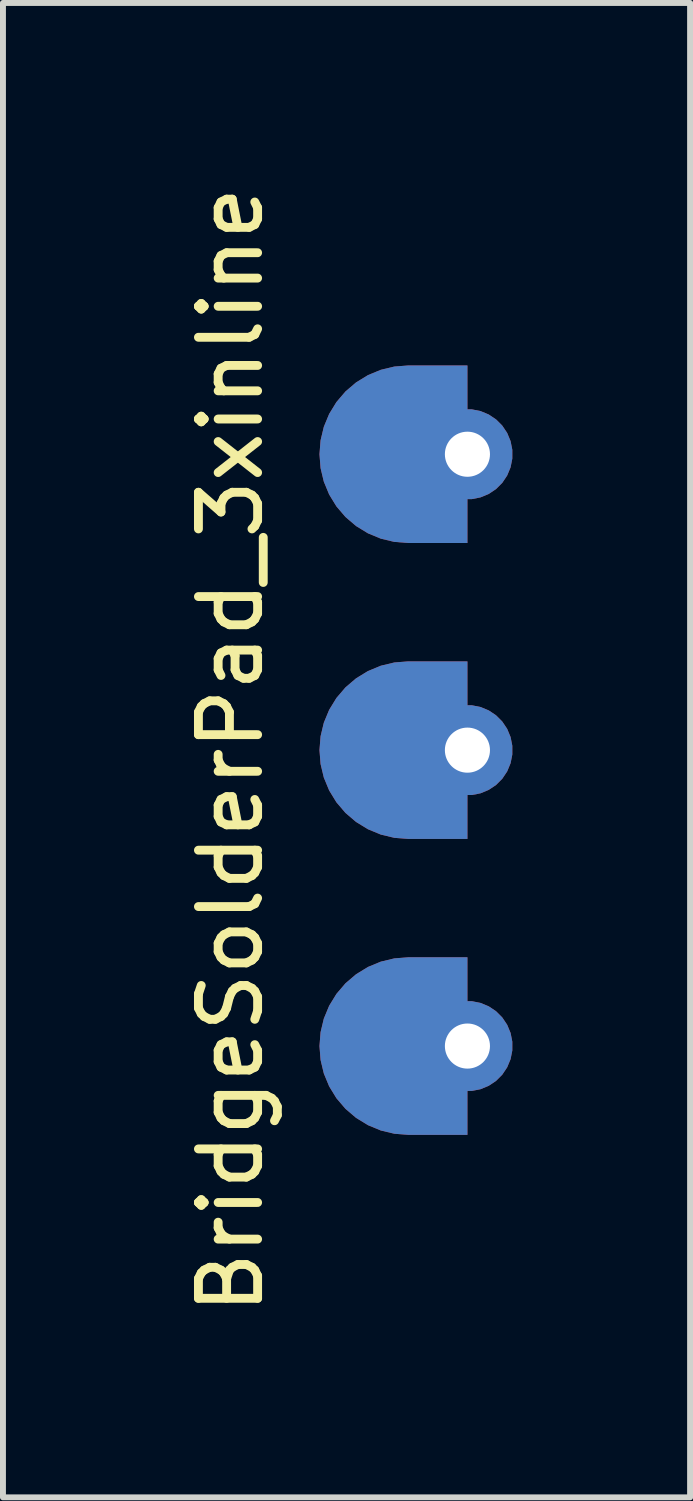
<source format=kicad_pcb>
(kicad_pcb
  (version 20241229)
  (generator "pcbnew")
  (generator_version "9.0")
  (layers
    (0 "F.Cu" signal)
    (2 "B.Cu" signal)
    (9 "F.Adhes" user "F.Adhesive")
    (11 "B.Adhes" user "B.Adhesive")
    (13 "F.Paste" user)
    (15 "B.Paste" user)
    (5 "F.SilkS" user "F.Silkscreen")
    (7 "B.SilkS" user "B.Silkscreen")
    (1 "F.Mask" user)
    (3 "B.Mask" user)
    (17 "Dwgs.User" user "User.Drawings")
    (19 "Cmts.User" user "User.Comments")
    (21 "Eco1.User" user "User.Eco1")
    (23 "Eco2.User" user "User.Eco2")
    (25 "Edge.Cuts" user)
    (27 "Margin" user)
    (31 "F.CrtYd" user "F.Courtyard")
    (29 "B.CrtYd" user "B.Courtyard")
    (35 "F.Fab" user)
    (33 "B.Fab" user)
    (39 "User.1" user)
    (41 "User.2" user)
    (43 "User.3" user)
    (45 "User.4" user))
  (footprint "BridgeSolderPad_3xinline"
    (layer "F.Cu")
    (at 4.848 9.625)
    (property "Reference" "BridgeSolderPad_3xinline" (at -4 0 90) (layer "F.SilkS") (effects (font (size 1 1) (thickness 0.15))))
    (attr through_hole)
    (pad "1" thru_hole custom (at 0 -5) (size 1.524 1.524) (drill 0.762) (layers "*.Cu" "*.Mask") (options (anchor circle)) (primitives (gr_arc (start -1 0.75) (mid -1.75 0) (end -1 -0.75) (width 1.5)) (gr_poly (pts (xy -1 -1.5) (xy 0 -1.5) (xy 0 -0.5) (xy -0.5 0) (xy -1 0)) (width 0) (fill yes)) (gr_poly (pts (xy -1 0) (xy -0.5 0) (xy 0 0.5) (xy 0 1.5) (xy -1 1.5)) (width 0) (fill yes))))
    (pad "2" thru_hole custom (at 0 0) (size 1.524 1.524) (drill 0.762) (layers "*.Cu" "*.Mask") (options (anchor circle)) (primitives (gr_arc (start -1 0.75) (mid -1.75 0) (end -1 -0.75) (width 1.5)) (gr_poly (pts (xy -1 -1.5) (xy 0 -1.5) (xy 0 -0.5) (xy -0.5 0) (xy -1 0)) (width 0) (fill yes)) (gr_poly (pts (xy -1 0) (xy -0.5 0) (xy 0 0.5) (xy 0 1.5) (xy -1 1.5)) (width 0) (fill yes))))
    (pad "3" thru_hole custom (at 0 5) (size 1.524 1.524) (drill 0.762) (layers "*.Cu" "*.Mask") (options (anchor circle)) (primitives (gr_arc (start -1 0.75) (mid -1.75 0) (end -1 -0.75) (width 1.5)) (gr_poly (pts (xy -1 -1.5) (xy 0 -1.5) (xy 0 -0.5) (xy -0.5 0) (xy -1 0)) (width 0) (fill yes)) (gr_poly (pts (xy -1 0) (xy -0.5 0) (xy 0 0.5) (xy 0 1.5) (xy -1 1.5)) (width 0) (fill yes)))))
  (gr_rect
    (start -3 -3)
    (end 8.61 22.25)
    (stroke (width 0.1) (type default))
    (fill no)
    (layer "Edge.Cuts")))
</source>
